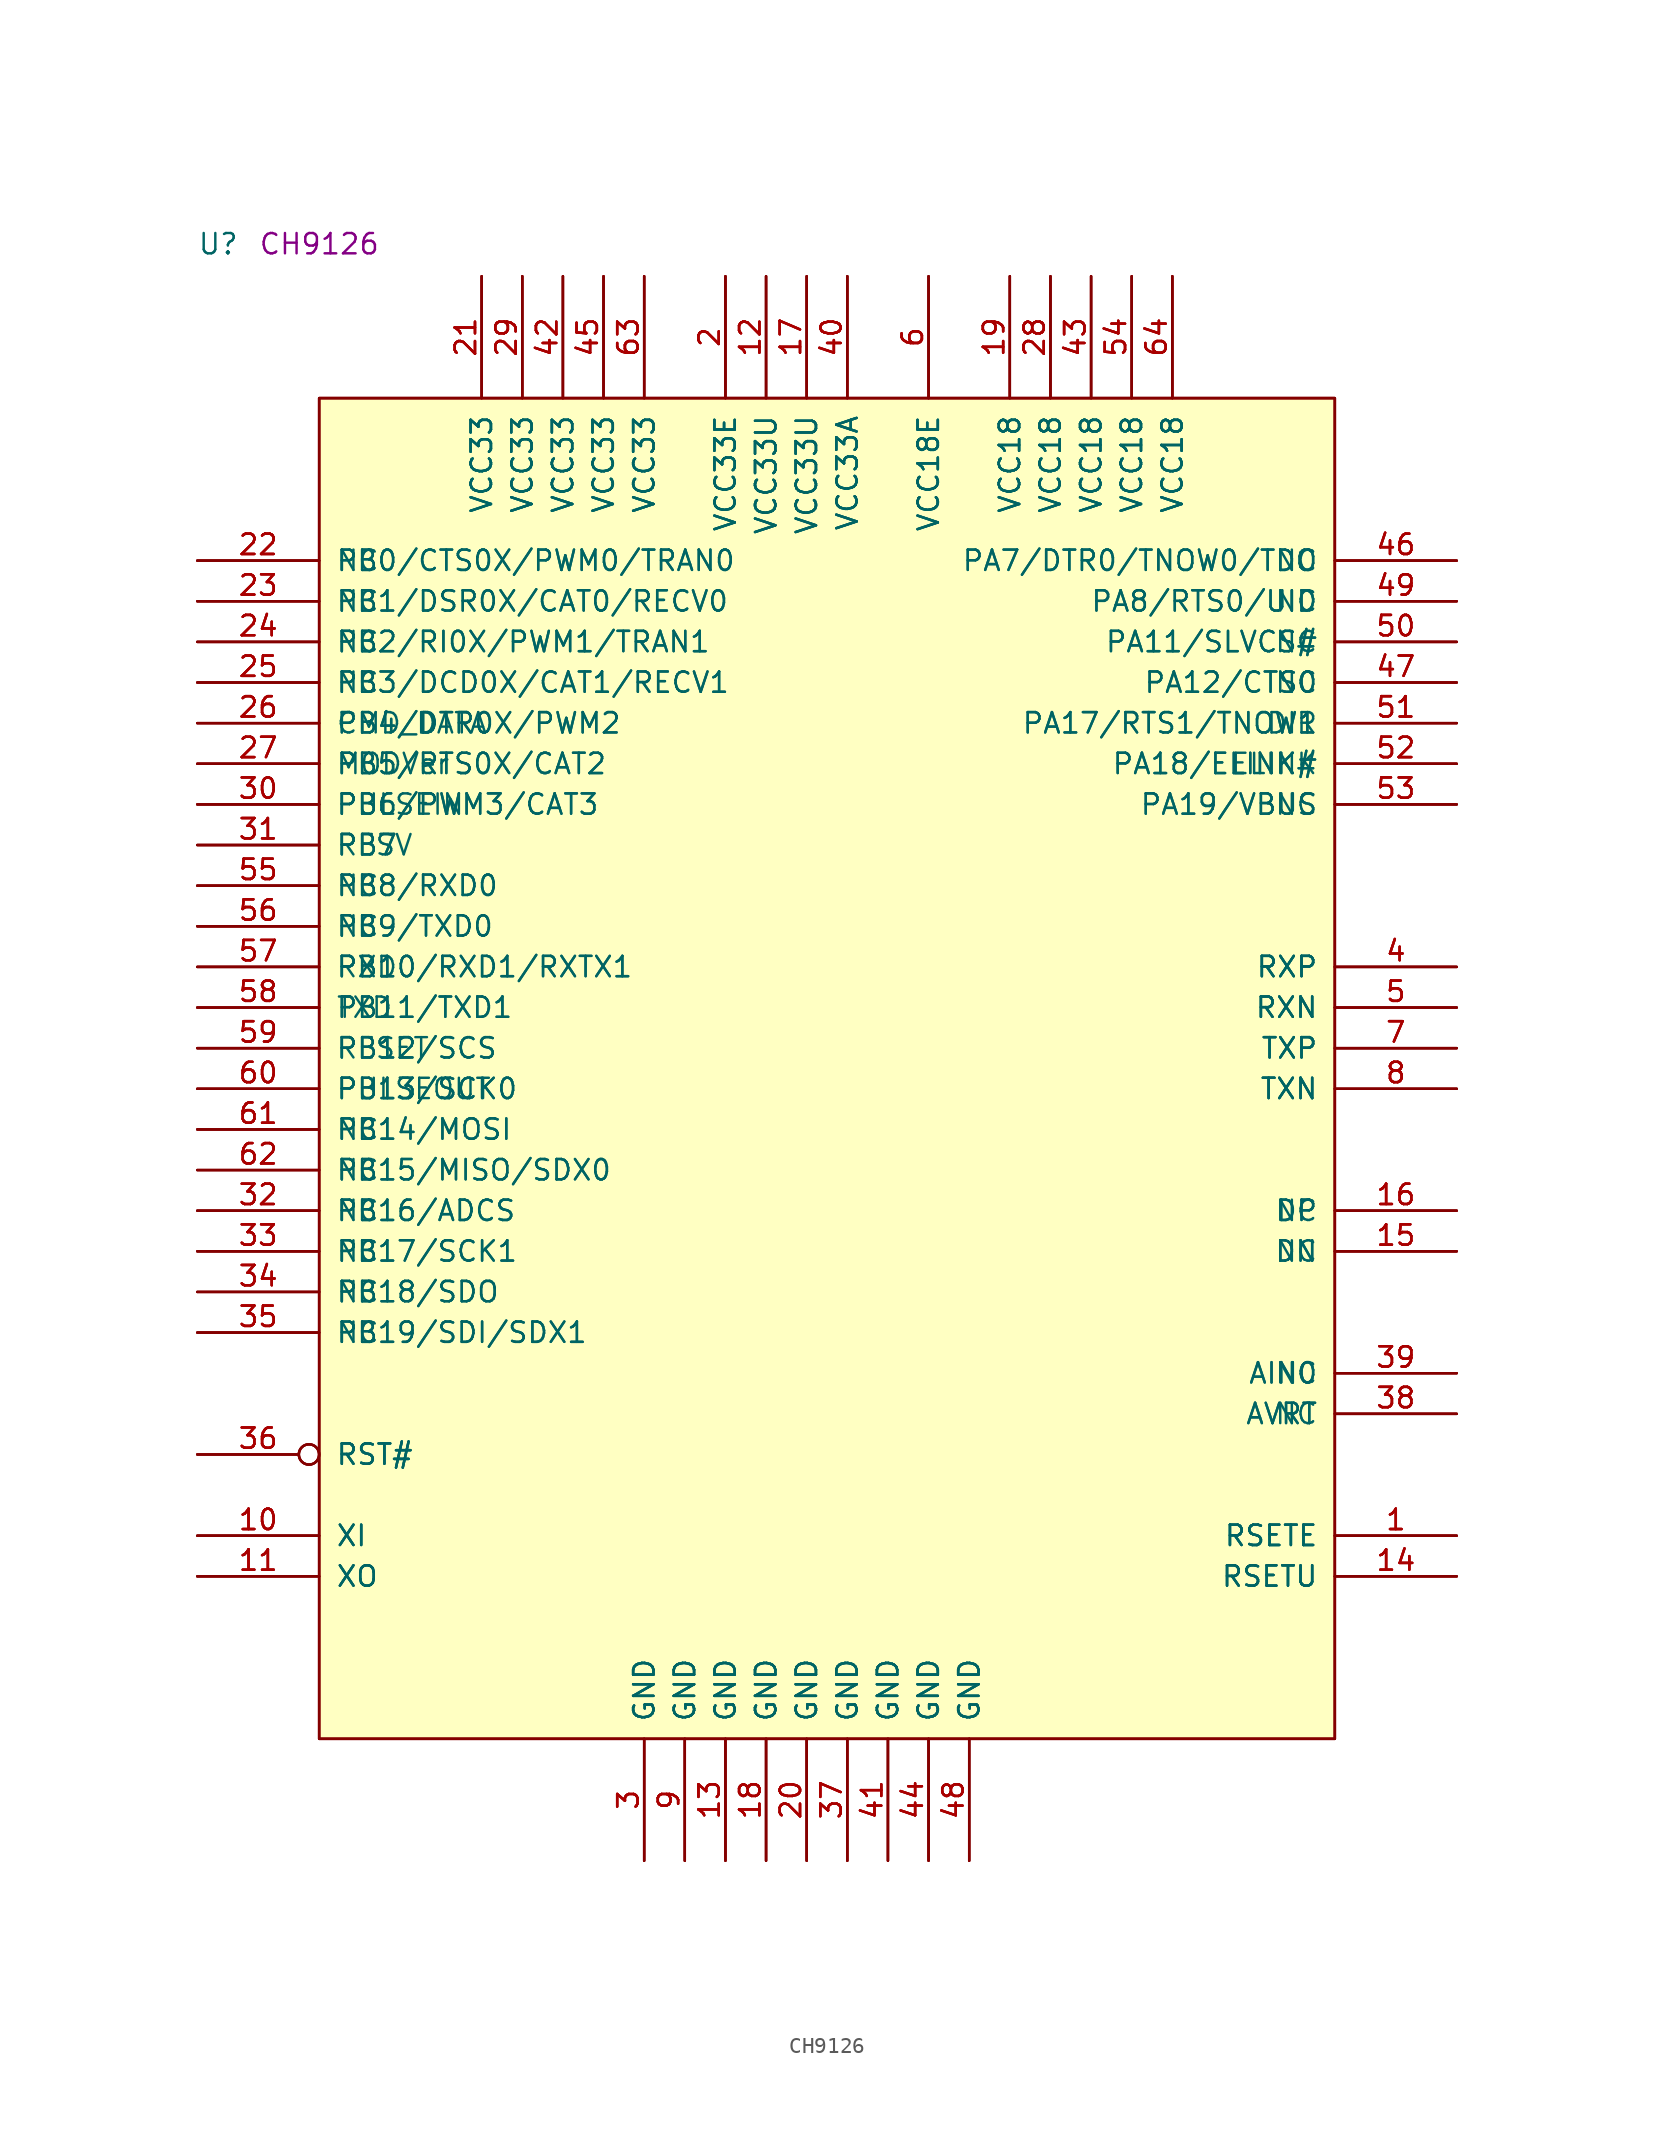
<source format=kicad_sym>
(kicad_symbol_lib
  (version 20211014)
  (generator kicad_symbol_editor)
  (symbol "CH9126"
    (pin_names
      (offset 1.016))
    (property "Reference" "U"
      (at -7.62 8.89 0)
      (effects (font (size 1.27 1.27)) (justify left bottom)))
    (property "Comment" "CH9126"
      (at -3.81 8.89 0)
      (effects (font (size 1.27 1.27)) (justify left bottom)))
    (symbol "CH9126_1_1"
      (rectangle (start 0 -83.82) (end 63.5 0) (stroke (width 0) (type default) (color 0 0 0 0)) (fill (type background)))
      (rectangle (start 0 -83.82) (end 63.5 0) (stroke (width 0) (type default) (color 0 0 0 0)) (fill (type background)))
      (rectangle (start 0 -83.82) (end 63.5 0) (stroke (width 0) (type default) (color 0 0 0 0)) (fill (type background)))
      (pin bidirectional line (at 71.12 -71.12 180) (length 7.62) (name "RSETE" (effects (font (size 1.27 1.27)))) (number "1" (effects (font (size 1.27 1.27)))))
      (pin bidirectional line (at 71.12 -71.12 180) (length 7.62) (name "RSETE" (effects (font (size 1.27 1.27)))) (number "1" (effects (font (size 1.27 1.27)))))
      (pin bidirectional line (at 71.12 -71.12 180) (length 7.62) (name "RSETE" (effects (font (size 1.27 1.27)))) (number "1" (effects (font (size 1.27 1.27)))))
      (pin input line (at -7.62 -71.12 0) (length 7.62) (name "XI" (effects (font (size 1.27 1.27)))) (number "10" (effects (font (size 1.27 1.27)))))
      (pin input line (at -7.62 -71.12 0) (length 7.62) (name "XI" (effects (font (size 1.27 1.27)))) (number "10" (effects (font (size 1.27 1.27)))))
      (pin input line (at -7.62 -71.12 0) (length 7.62) (name "XI" (effects (font (size 1.27 1.27)))) (number "10" (effects (font (size 1.27 1.27)))))
      (pin bidirectional line (at -7.62 -73.66 0) (length 7.62) (name "XO" (effects (font (size 1.27 1.27)))) (number "11" (effects (font (size 1.27 1.27)))))
      (pin bidirectional line (at -7.62 -73.66 0) (length 7.62) (name "XO" (effects (font (size 1.27 1.27)))) (number "11" (effects (font (size 1.27 1.27)))))
      (pin bidirectional line (at -7.62 -73.66 0) (length 7.62) (name "XO" (effects (font (size 1.27 1.27)))) (number "11" (effects (font (size 1.27 1.27)))))
      (pin power_in line (at 27.94 7.62 270) (length 7.62) (name "VCC33U" (effects (font (size 1.27 1.27)))) (number "12" (effects (font (size 1.27 1.27)))))
      (pin power_in line (at 27.94 7.62 270) (length 7.62) (name "VCC33U" (effects (font (size 1.27 1.27)))) (number "12" (effects (font (size 1.27 1.27)))))
      (pin power_in line (at 27.94 7.62 270) (length 7.62) (name "VCC33U" (effects (font (size 1.27 1.27)))) (number "12" (effects (font (size 1.27 1.27)))))
      (pin power_in line (at 25.4 -91.44 90) (length 7.62) (name "GND" (effects (font (size 1.27 1.27)))) (number "13" (effects (font (size 1.27 1.27)))))
      (pin power_in line (at 25.4 -91.44 90) (length 7.62) (name "GND" (effects (font (size 1.27 1.27)))) (number "13" (effects (font (size 1.27 1.27)))))
      (pin power_in line (at 25.4 -91.44 90) (length 7.62) (name "GND" (effects (font (size 1.27 1.27)))) (number "13" (effects (font (size 1.27 1.27)))))
      (pin bidirectional line (at 71.12 -73.66 180) (length 7.62) (name "RSETU" (effects (font (size 1.27 1.27)))) (number "14" (effects (font (size 1.27 1.27)))))
      (pin bidirectional line (at 71.12 -73.66 180) (length 7.62) (name "RSETU" (effects (font (size 1.27 1.27)))) (number "14" (effects (font (size 1.27 1.27)))))
      (pin bidirectional line (at 71.12 -73.66 180) (length 7.62) (name "RSETU" (effects (font (size 1.27 1.27)))) (number "14" (effects (font (size 1.27 1.27)))))
      (pin bidirectional line (at 71.12 -53.34 180) (length 7.62) (name "DN" (effects (font (size 1.27 1.27)))) (number "15" (effects (font (size 1.27 1.27)))))
      (pin bidirectional line (at 71.12 -53.34 180) (length 7.62) (name "DN" (effects (font (size 1.27 1.27)))) (number "15" (effects (font (size 1.27 1.27)))))
      (pin bidirectional line (at 71.12 -53.34 180) (length 7.62) (name "NC" (effects (font (size 1.27 1.27)))) (number "15" (effects (font (size 1.27 1.27)))))
      (pin bidirectional line (at 71.12 -50.8 180) (length 7.62) (name "DP" (effects (font (size 1.27 1.27)))) (number "16" (effects (font (size 1.27 1.27)))))
      (pin bidirectional line (at 71.12 -50.8 180) (length 7.62) (name "DP" (effects (font (size 1.27 1.27)))) (number "16" (effects (font (size 1.27 1.27)))))
      (pin bidirectional line (at 71.12 -50.8 180) (length 7.62) (name "NC" (effects (font (size 1.27 1.27)))) (number "16" (effects (font (size 1.27 1.27)))))
      (pin power_in line (at 30.48 7.62 270) (length 7.62) (name "VCC33U" (effects (font (size 1.27 1.27)))) (number "17" (effects (font (size 1.27 1.27)))))
      (pin power_in line (at 30.48 7.62 270) (length 7.62) (name "VCC33U" (effects (font (size 1.27 1.27)))) (number "17" (effects (font (size 1.27 1.27)))))
      (pin power_in line (at 30.48 7.62 270) (length 7.62) (name "VCC33U" (effects (font (size 1.27 1.27)))) (number "17" (effects (font (size 1.27 1.27)))))
      (pin power_in line (at 27.94 -91.44 90) (length 7.62) (name "GND" (effects (font (size 1.27 1.27)))) (number "18" (effects (font (size 1.27 1.27)))))
      (pin power_in line (at 27.94 -91.44 90) (length 7.62) (name "GND" (effects (font (size 1.27 1.27)))) (number "18" (effects (font (size 1.27 1.27)))))
      (pin power_in line (at 27.94 -91.44 90) (length 7.62) (name "GND" (effects (font (size 1.27 1.27)))) (number "18" (effects (font (size 1.27 1.27)))))
      (pin power_in line (at 43.18 7.62 270) (length 7.62) (name "VCC18" (effects (font (size 1.27 1.27)))) (number "19" (effects (font (size 1.27 1.27)))))
      (pin power_in line (at 43.18 7.62 270) (length 7.62) (name "VCC18" (effects (font (size 1.27 1.27)))) (number "19" (effects (font (size 1.27 1.27)))))
      (pin power_in line (at 43.18 7.62 270) (length 7.62) (name "VCC18" (effects (font (size 1.27 1.27)))) (number "19" (effects (font (size 1.27 1.27)))))
      (pin power_in line (at 25.4 7.62 270) (length 7.62) (name "VCC33E" (effects (font (size 1.27 1.27)))) (number "2" (effects (font (size 1.27 1.27)))))
      (pin power_in line (at 25.4 7.62 270) (length 7.62) (name "VCC33E" (effects (font (size 1.27 1.27)))) (number "2" (effects (font (size 1.27 1.27)))))
      (pin power_in line (at 25.4 7.62 270) (length 7.62) (name "VCC33E" (effects (font (size 1.27 1.27)))) (number "2" (effects (font (size 1.27 1.27)))))
      (pin power_in line (at 30.48 -91.44 90) (length 7.62) (name "GND" (effects (font (size 1.27 1.27)))) (number "20" (effects (font (size 1.27 1.27)))))
      (pin power_in line (at 30.48 -91.44 90) (length 7.62) (name "GND" (effects (font (size 1.27 1.27)))) (number "20" (effects (font (size 1.27 1.27)))))
      (pin power_in line (at 30.48 -91.44 90) (length 7.62) (name "GND" (effects (font (size 1.27 1.27)))) (number "20" (effects (font (size 1.27 1.27)))))
      (pin power_in line (at 10.16 7.62 270) (length 7.62) (name "VCC33" (effects (font (size 1.27 1.27)))) (number "21" (effects (font (size 1.27 1.27)))))
      (pin power_in line (at 10.16 7.62 270) (length 7.62) (name "VCC33" (effects (font (size 1.27 1.27)))) (number "21" (effects (font (size 1.27 1.27)))))
      (pin power_in line (at 10.16 7.62 270) (length 7.62) (name "VCC33" (effects (font (size 1.27 1.27)))) (number "21" (effects (font (size 1.27 1.27)))))
      (pin bidirectional line (at -7.62 -10.16 0) (length 7.62) (name "NC" (effects (font (size 1.27 1.27)))) (number "22" (effects (font (size 1.27 1.27)))))
      (pin bidirectional line (at -7.62 -10.16 0) (length 7.62) (name "PB0/CTS0X/PWM0/TRAN0" (effects (font (size 1.27 1.27)))) (number "22" (effects (font (size 1.27 1.27)))))
      (pin bidirectional line (at -7.62 -10.16 0) (length 7.62) (name "PB0/CTS0X/PWM0/TRAN0" (effects (font (size 1.27 1.27)))) (number "22" (effects (font (size 1.27 1.27)))))
      (pin bidirectional line (at -7.62 -12.7 0) (length 7.62) (name "NC" (effects (font (size 1.27 1.27)))) (number "23" (effects (font (size 1.27 1.27)))))
      (pin bidirectional line (at -7.62 -12.7 0) (length 7.62) (name "PB1/DSR0X/CAT0/RECV0" (effects (font (size 1.27 1.27)))) (number "23" (effects (font (size 1.27 1.27)))))
      (pin bidirectional line (at -7.62 -12.7 0) (length 7.62) (name "PB1/DSR0X/CAT0/RECV0" (effects (font (size 1.27 1.27)))) (number "23" (effects (font (size 1.27 1.27)))))
      (pin bidirectional line (at -7.62 -15.24 0) (length 7.62) (name "NC" (effects (font (size 1.27 1.27)))) (number "24" (effects (font (size 1.27 1.27)))))
      (pin bidirectional line (at -7.62 -15.24 0) (length 7.62) (name "PB2/RI0X/PWM1/TRAN1" (effects (font (size 1.27 1.27)))) (number "24" (effects (font (size 1.27 1.27)))))
      (pin bidirectional line (at -7.62 -15.24 0) (length 7.62) (name "PB2/RI0X/PWM1/TRAN1" (effects (font (size 1.27 1.27)))) (number "24" (effects (font (size 1.27 1.27)))))
      (pin bidirectional line (at -7.62 -17.78 0) (length 7.62) (name "NC" (effects (font (size 1.27 1.27)))) (number "25" (effects (font (size 1.27 1.27)))))
      (pin bidirectional line (at -7.62 -17.78 0) (length 7.62) (name "PB3/DCD0X/CAT1/RECV1" (effects (font (size 1.27 1.27)))) (number "25" (effects (font (size 1.27 1.27)))))
      (pin bidirectional line (at -7.62 -17.78 0) (length 7.62) (name "PB3/DCD0X/CAT1/RECV1" (effects (font (size 1.27 1.27)))) (number "25" (effects (font (size 1.27 1.27)))))
      (pin bidirectional line (at -7.62 -20.32 0) (length 7.62) (name "CMD_DATA" (effects (font (size 1.27 1.27)))) (number "26" (effects (font (size 1.27 1.27)))))
      (pin bidirectional line (at -7.62 -20.32 0) (length 7.62) (name "PB4/DTR0X/PWM2" (effects (font (size 1.27 1.27)))) (number "26" (effects (font (size 1.27 1.27)))))
      (pin bidirectional line (at -7.62 -20.32 0) (length 7.62) (name "PB4/DTR0X/PWM2" (effects (font (size 1.27 1.27)))) (number "26" (effects (font (size 1.27 1.27)))))
      (pin bidirectional line (at -7.62 -22.86 0) (length 7.62) (name "MODVer" (effects (font (size 1.27 1.27)))) (number "27" (effects (font (size 1.27 1.27)))))
      (pin bidirectional line (at -7.62 -22.86 0) (length 7.62) (name "PB5/RTS0X/CAT2" (effects (font (size 1.27 1.27)))) (number "27" (effects (font (size 1.27 1.27)))))
      (pin bidirectional line (at -7.62 -22.86 0) (length 7.62) (name "PB5/RTS0X/CAT2" (effects (font (size 1.27 1.27)))) (number "27" (effects (font (size 1.27 1.27)))))
      (pin power_in line (at 45.72 7.62 270) (length 7.62) (name "VCC18" (effects (font (size 1.27 1.27)))) (number "28" (effects (font (size 1.27 1.27)))))
      (pin power_in line (at 45.72 7.62 270) (length 7.62) (name "VCC18" (effects (font (size 1.27 1.27)))) (number "28" (effects (font (size 1.27 1.27)))))
      (pin power_in line (at 45.72 7.62 270) (length 7.62) (name "VCC18" (effects (font (size 1.27 1.27)))) (number "28" (effects (font (size 1.27 1.27)))))
      (pin power_in line (at 12.7 7.62 270) (length 7.62) (name "VCC33" (effects (font (size 1.27 1.27)))) (number "29" (effects (font (size 1.27 1.27)))))
      (pin power_in line (at 12.7 7.62 270) (length 7.62) (name "VCC33" (effects (font (size 1.27 1.27)))) (number "29" (effects (font (size 1.27 1.27)))))
      (pin power_in line (at 12.7 7.62 270) (length 7.62) (name "VCC33" (effects (font (size 1.27 1.27)))) (number "29" (effects (font (size 1.27 1.27)))))
      (pin power_in line (at 20.32 -91.44 90) (length 7.62) (name "GND" (effects (font (size 1.27 1.27)))) (number "3" (effects (font (size 1.27 1.27)))))
      (pin power_in line (at 20.32 -91.44 90) (length 7.62) (name "GND" (effects (font (size 1.27 1.27)))) (number "3" (effects (font (size 1.27 1.27)))))
      (pin power_in line (at 20.32 -91.44 90) (length 7.62) (name "GND" (effects (font (size 1.27 1.27)))) (number "3" (effects (font (size 1.27 1.27)))))
      (pin bidirectional line (at -7.62 -25.4 0) (length 7.62) (name "PB6/PWM3/CAT3" (effects (font (size 1.27 1.27)))) (number "30" (effects (font (size 1.27 1.27)))))
      (pin bidirectional line (at -7.62 -25.4 0) (length 7.62) (name "PB6/PWM3/CAT3" (effects (font (size 1.27 1.27)))) (number "30" (effects (font (size 1.27 1.27)))))
      (pin bidirectional line (at -7.62 -25.4 0) (length 7.62) (name "PULSEIN" (effects (font (size 1.27 1.27)))) (number "30" (effects (font (size 1.27 1.27)))))
      (pin bidirectional line (at -7.62 -27.94 0) (length 7.62) (name "PB7" (effects (font (size 1.27 1.27)))) (number "31" (effects (font (size 1.27 1.27)))))
      (pin bidirectional line (at -7.62 -27.94 0) (length 7.62) (name "PB7" (effects (font (size 1.27 1.27)))) (number "31" (effects (font (size 1.27 1.27)))))
      (pin bidirectional line (at -7.62 -27.94 0) (length 7.62) (name "RESV" (effects (font (size 1.27 1.27)))) (number "31" (effects (font (size 1.27 1.27)))))
      (pin bidirectional line (at -7.62 -50.8 0) (length 7.62) (name "NC" (effects (font (size 1.27 1.27)))) (number "32" (effects (font (size 1.27 1.27)))))
      (pin bidirectional line (at -7.62 -50.8 0) (length 7.62) (name "PB16/ADCS" (effects (font (size 1.27 1.27)))) (number "32" (effects (font (size 1.27 1.27)))))
      (pin bidirectional line (at -7.62 -50.8 0) (length 7.62) (name "PB16/ADCS" (effects (font (size 1.27 1.27)))) (number "32" (effects (font (size 1.27 1.27)))))
      (pin bidirectional line (at -7.62 -53.34 0) (length 7.62) (name "NC" (effects (font (size 1.27 1.27)))) (number "33" (effects (font (size 1.27 1.27)))))
      (pin bidirectional line (at -7.62 -53.34 0) (length 7.62) (name "PB17/SCK1" (effects (font (size 1.27 1.27)))) (number "33" (effects (font (size 1.27 1.27)))))
      (pin bidirectional line (at -7.62 -53.34 0) (length 7.62) (name "PB17/SCK1" (effects (font (size 1.27 1.27)))) (number "33" (effects (font (size 1.27 1.27)))))
      (pin bidirectional line (at -7.62 -55.88 0) (length 7.62) (name "NC" (effects (font (size 1.27 1.27)))) (number "34" (effects (font (size 1.27 1.27)))))
      (pin bidirectional line (at -7.62 -55.88 0) (length 7.62) (name "PB18/SDO" (effects (font (size 1.27 1.27)))) (number "34" (effects (font (size 1.27 1.27)))))
      (pin bidirectional line (at -7.62 -55.88 0) (length 7.62) (name "PB18/SDO" (effects (font (size 1.27 1.27)))) (number "34" (effects (font (size 1.27 1.27)))))
      (pin bidirectional line (at -7.62 -58.42 0) (length 7.62) (name "NC" (effects (font (size 1.27 1.27)))) (number "35" (effects (font (size 1.27 1.27)))))
      (pin bidirectional line (at -7.62 -58.42 0) (length 7.62) (name "PB19/SDI/SDX1" (effects (font (size 1.27 1.27)))) (number "35" (effects (font (size 1.27 1.27)))))
      (pin bidirectional line (at -7.62 -58.42 0) (length 7.62) (name "PB19/SDI/SDX1" (effects (font (size 1.27 1.27)))) (number "35" (effects (font (size 1.27 1.27)))))
      (pin input inverted (at -7.62 -66.04 0) (length 7.62) (name "RST#" (effects (font (size 1.27 1.27)))) (number "36" (effects (font (size 1.27 1.27)))))
      (pin input inverted (at -7.62 -66.04 0) (length 7.62) (name "RST#" (effects (font (size 1.27 1.27)))) (number "36" (effects (font (size 1.27 1.27)))))
      (pin input inverted (at -7.62 -66.04 0) (length 7.62) (name "RST#" (effects (font (size 1.27 1.27)))) (number "36" (effects (font (size 1.27 1.27)))))
      (pin power_in line (at 33.02 -91.44 90) (length 7.62) (name "GND" (effects (font (size 1.27 1.27)))) (number "37" (effects (font (size 1.27 1.27)))))
      (pin power_in line (at 33.02 -91.44 90) (length 7.62) (name "GND" (effects (font (size 1.27 1.27)))) (number "37" (effects (font (size 1.27 1.27)))))
      (pin power_in line (at 33.02 -91.44 90) (length 7.62) (name "GND" (effects (font (size 1.27 1.27)))) (number "37" (effects (font (size 1.27 1.27)))))
      (pin power_in line (at 71.12 -63.5 180) (length 7.62) (name "AVRT" (effects (font (size 1.27 1.27)))) (number "38" (effects (font (size 1.27 1.27)))))
      (pin power_in line (at 71.12 -63.5 180) (length 7.62) (name "AVRT" (effects (font (size 1.27 1.27)))) (number "38" (effects (font (size 1.27 1.27)))))
      (pin power_in line (at 71.12 -63.5 180) (length 7.62) (name "NC" (effects (font (size 1.27 1.27)))) (number "38" (effects (font (size 1.27 1.27)))))
      (pin input line (at 71.12 -60.96 180) (length 7.62) (name "AIN0" (effects (font (size 1.27 1.27)))) (number "39" (effects (font (size 1.27 1.27)))))
      (pin input line (at 71.12 -60.96 180) (length 7.62) (name "AIN0" (effects (font (size 1.27 1.27)))) (number "39" (effects (font (size 1.27 1.27)))))
      (pin input line (at 71.12 -60.96 180) (length 7.62) (name "NC" (effects (font (size 1.27 1.27)))) (number "39" (effects (font (size 1.27 1.27)))))
      (pin input line (at 71.12 -35.56 180) (length 7.62) (name "RXP" (effects (font (size 1.27 1.27)))) (number "4" (effects (font (size 1.27 1.27)))))
      (pin input line (at 71.12 -35.56 180) (length 7.62) (name "RXP" (effects (font (size 1.27 1.27)))) (number "4" (effects (font (size 1.27 1.27)))))
      (pin input line (at 71.12 -35.56 180) (length 7.62) (name "RXP" (effects (font (size 1.27 1.27)))) (number "4" (effects (font (size 1.27 1.27)))))
      (pin power_in line (at 33.02 7.62 270) (length 7.62) (name "VCC33A" (effects (font (size 1.27 1.27)))) (number "40" (effects (font (size 1.27 1.27)))))
      (pin power_in line (at 33.02 7.62 270) (length 7.62) (name "VCC33A" (effects (font (size 1.27 1.27)))) (number "40" (effects (font (size 1.27 1.27)))))
      (pin power_in line (at 33.02 7.62 270) (length 7.62) (name "VCC33A" (effects (font (size 1.27 1.27)))) (number "40" (effects (font (size 1.27 1.27)))))
      (pin power_in line (at 35.56 -91.44 90) (length 7.62) (name "GND" (effects (font (size 1.27 1.27)))) (number "41" (effects (font (size 1.27 1.27)))))
      (pin power_in line (at 35.56 -91.44 90) (length 7.62) (name "GND" (effects (font (size 1.27 1.27)))) (number "41" (effects (font (size 1.27 1.27)))))
      (pin power_in line (at 35.56 -91.44 90) (length 7.62) (name "GND" (effects (font (size 1.27 1.27)))) (number "41" (effects (font (size 1.27 1.27)))))
      (pin power_in line (at 15.24 7.62 270) (length 7.62) (name "VCC33" (effects (font (size 1.27 1.27)))) (number "42" (effects (font (size 1.27 1.27)))))
      (pin power_in line (at 15.24 7.62 270) (length 7.62) (name "VCC33" (effects (font (size 1.27 1.27)))) (number "42" (effects (font (size 1.27 1.27)))))
      (pin power_in line (at 15.24 7.62 270) (length 7.62) (name "VCC33" (effects (font (size 1.27 1.27)))) (number "42" (effects (font (size 1.27 1.27)))))
      (pin power_in line (at 48.26 7.62 270) (length 7.62) (name "VCC18" (effects (font (size 1.27 1.27)))) (number "43" (effects (font (size 1.27 1.27)))))
      (pin power_in line (at 48.26 7.62 270) (length 7.62) (name "VCC18" (effects (font (size 1.27 1.27)))) (number "43" (effects (font (size 1.27 1.27)))))
      (pin power_in line (at 48.26 7.62 270) (length 7.62) (name "VCC18" (effects (font (size 1.27 1.27)))) (number "43" (effects (font (size 1.27 1.27)))))
      (pin power_in line (at 38.1 -91.44 90) (length 7.62) (name "GND" (effects (font (size 1.27 1.27)))) (number "44" (effects (font (size 1.27 1.27)))))
      (pin power_in line (at 38.1 -91.44 90) (length 7.62) (name "GND" (effects (font (size 1.27 1.27)))) (number "44" (effects (font (size 1.27 1.27)))))
      (pin power_in line (at 38.1 -91.44 90) (length 7.62) (name "GND" (effects (font (size 1.27 1.27)))) (number "44" (effects (font (size 1.27 1.27)))))
      (pin power_in line (at 17.78 7.62 270) (length 7.62) (name "VCC33" (effects (font (size 1.27 1.27)))) (number "45" (effects (font (size 1.27 1.27)))))
      (pin power_in line (at 17.78 7.62 270) (length 7.62) (name "VCC33" (effects (font (size 1.27 1.27)))) (number "45" (effects (font (size 1.27 1.27)))))
      (pin power_in line (at 17.78 7.62 270) (length 7.62) (name "VCC33" (effects (font (size 1.27 1.27)))) (number "45" (effects (font (size 1.27 1.27)))))
      (pin bidirectional line (at 71.12 -10.16 180) (length 7.62) (name "NC" (effects (font (size 1.27 1.27)))) (number "46" (effects (font (size 1.27 1.27)))))
      (pin bidirectional line (at 71.12 -10.16 180) (length 7.62) (name "PA7/DTR0/TNOW0/TDO" (effects (font (size 1.27 1.27)))) (number "46" (effects (font (size 1.27 1.27)))))
      (pin bidirectional line (at 71.12 -10.16 180) (length 7.62) (name "PA7/DTR0/TNOW0/TDO" (effects (font (size 1.27 1.27)))) (number "46" (effects (font (size 1.27 1.27)))))
      (pin bidirectional line (at 71.12 -17.78 180) (length 7.62) (name "NC" (effects (font (size 1.27 1.27)))) (number "47" (effects (font (size 1.27 1.27)))))
      (pin bidirectional line (at 71.12 -17.78 180) (length 7.62) (name "PA12/CTS0" (effects (font (size 1.27 1.27)))) (number "47" (effects (font (size 1.27 1.27)))))
      (pin bidirectional line (at 71.12 -17.78 180) (length 7.62) (name "PA12/CTS0" (effects (font (size 1.27 1.27)))) (number "47" (effects (font (size 1.27 1.27)))))
      (pin power_in line (at 40.64 -91.44 90) (length 7.62) (name "GND" (effects (font (size 1.27 1.27)))) (number "48" (effects (font (size 1.27 1.27)))))
      (pin power_in line (at 40.64 -91.44 90) (length 7.62) (name "GND" (effects (font (size 1.27 1.27)))) (number "48" (effects (font (size 1.27 1.27)))))
      (pin power_in line (at 40.64 -91.44 90) (length 7.62) (name "GND" (effects (font (size 1.27 1.27)))) (number "48" (effects (font (size 1.27 1.27)))))
      (pin bidirectional line (at 71.12 -12.7 180) (length 7.62) (name "NC" (effects (font (size 1.27 1.27)))) (number "49" (effects (font (size 1.27 1.27)))))
      (pin bidirectional line (at 71.12 -12.7 180) (length 7.62) (name "PA8/RTS0/UID" (effects (font (size 1.27 1.27)))) (number "49" (effects (font (size 1.27 1.27)))))
      (pin bidirectional line (at 71.12 -12.7 180) (length 7.62) (name "PA8/RTS0/UID" (effects (font (size 1.27 1.27)))) (number "49" (effects (font (size 1.27 1.27)))))
      (pin input line (at 71.12 -38.1 180) (length 7.62) (name "RXN" (effects (font (size 1.27 1.27)))) (number "5" (effects (font (size 1.27 1.27)))))
      (pin input line (at 71.12 -38.1 180) (length 7.62) (name "RXN" (effects (font (size 1.27 1.27)))) (number "5" (effects (font (size 1.27 1.27)))))
      (pin input line (at 71.12 -38.1 180) (length 7.62) (name "RXN" (effects (font (size 1.27 1.27)))) (number "5" (effects (font (size 1.27 1.27)))))
      (pin bidirectional line (at 71.12 -15.24 180) (length 7.62) (name "NC" (effects (font (size 1.27 1.27)))) (number "50" (effects (font (size 1.27 1.27)))))
      (pin bidirectional line (at 71.12 -15.24 180) (length 7.62) (name "PA11/SLVCS#" (effects (font (size 1.27 1.27)))) (number "50" (effects (font (size 1.27 1.27)))))
      (pin bidirectional line (at 71.12 -15.24 180) (length 7.62) (name "PA11/SLVCS#" (effects (font (size 1.27 1.27)))) (number "50" (effects (font (size 1.27 1.27)))))
      (pin bidirectional line (at 71.12 -20.32 180) (length 7.62) (name "DIR" (effects (font (size 1.27 1.27)))) (number "51" (effects (font (size 1.27 1.27)))))
      (pin bidirectional line (at 71.12 -20.32 180) (length 7.62) (name "PA17/RTS1/TNOW1" (effects (font (size 1.27 1.27)))) (number "51" (effects (font (size 1.27 1.27)))))
      (pin bidirectional line (at 71.12 -20.32 180) (length 7.62) (name "PA17/RTS1/TNOW1" (effects (font (size 1.27 1.27)))) (number "51" (effects (font (size 1.27 1.27)))))
      (pin bidirectional line (at 71.12 -22.86 180) (length 7.62) (name "ELINK" (effects (font (size 1.27 1.27)))) (number "52" (effects (font (size 1.27 1.27)))))
      (pin bidirectional line (at 71.12 -22.86 180) (length 7.62) (name "PA18/ELINK#" (effects (font (size 1.27 1.27)))) (number "52" (effects (font (size 1.27 1.27)))))
      (pin bidirectional line (at 71.12 -22.86 180) (length 7.62) (name "PA18/ELINK#" (effects (font (size 1.27 1.27)))) (number "52" (effects (font (size 1.27 1.27)))))
      (pin bidirectional line (at 71.12 -25.4 180) (length 7.62) (name "NC" (effects (font (size 1.27 1.27)))) (number "53" (effects (font (size 1.27 1.27)))))
      (pin bidirectional line (at 71.12 -25.4 180) (length 7.62) (name "PA19/VBUS" (effects (font (size 1.27 1.27)))) (number "53" (effects (font (size 1.27 1.27)))))
      (pin bidirectional line (at 71.12 -25.4 180) (length 7.62) (name "PA19/VBUS" (effects (font (size 1.27 1.27)))) (number "53" (effects (font (size 1.27 1.27)))))
      (pin power_in line (at 50.8 7.62 270) (length 7.62) (name "VCC18" (effects (font (size 1.27 1.27)))) (number "54" (effects (font (size 1.27 1.27)))))
      (pin power_in line (at 50.8 7.62 270) (length 7.62) (name "VCC18" (effects (font (size 1.27 1.27)))) (number "54" (effects (font (size 1.27 1.27)))))
      (pin power_in line (at 50.8 7.62 270) (length 7.62) (name "VCC18" (effects (font (size 1.27 1.27)))) (number "54" (effects (font (size 1.27 1.27)))))
      (pin bidirectional line (at -7.62 -30.48 0) (length 7.62) (name "NC" (effects (font (size 1.27 1.27)))) (number "55" (effects (font (size 1.27 1.27)))))
      (pin bidirectional line (at -7.62 -30.48 0) (length 7.62) (name "PB8/RXD0" (effects (font (size 1.27 1.27)))) (number "55" (effects (font (size 1.27 1.27)))))
      (pin bidirectional line (at -7.62 -30.48 0) (length 7.62) (name "PB8/RXD0" (effects (font (size 1.27 1.27)))) (number "55" (effects (font (size 1.27 1.27)))))
      (pin bidirectional line (at -7.62 -33.02 0) (length 7.62) (name "NC" (effects (font (size 1.27 1.27)))) (number "56" (effects (font (size 1.27 1.27)))))
      (pin bidirectional line (at -7.62 -33.02 0) (length 7.62) (name "PB9/TXD0" (effects (font (size 1.27 1.27)))) (number "56" (effects (font (size 1.27 1.27)))))
      (pin bidirectional line (at -7.62 -33.02 0) (length 7.62) (name "PB9/TXD0" (effects (font (size 1.27 1.27)))) (number "56" (effects (font (size 1.27 1.27)))))
      (pin bidirectional line (at -7.62 -35.56 0) (length 7.62) (name "PB10/RXD1/RXTX1" (effects (font (size 1.27 1.27)))) (number "57" (effects (font (size 1.27 1.27)))))
      (pin bidirectional line (at -7.62 -35.56 0) (length 7.62) (name "PB10/RXD1/RXTX1" (effects (font (size 1.27 1.27)))) (number "57" (effects (font (size 1.27 1.27)))))
      (pin bidirectional line (at -7.62 -35.56 0) (length 7.62) (name "RXD" (effects (font (size 1.27 1.27)))) (number "57" (effects (font (size 1.27 1.27)))))
      (pin bidirectional line (at -7.62 -38.1 0) (length 7.62) (name "PB11/TXD1" (effects (font (size 1.27 1.27)))) (number "58" (effects (font (size 1.27 1.27)))))
      (pin bidirectional line (at -7.62 -38.1 0) (length 7.62) (name "PB11/TXD1" (effects (font (size 1.27 1.27)))) (number "58" (effects (font (size 1.27 1.27)))))
      (pin bidirectional line (at -7.62 -38.1 0) (length 7.62) (name "TXD" (effects (font (size 1.27 1.27)))) (number "58" (effects (font (size 1.27 1.27)))))
      (pin bidirectional line (at -7.62 -40.64 0) (length 7.62) (name "PB12/SCS" (effects (font (size 1.27 1.27)))) (number "59" (effects (font (size 1.27 1.27)))))
      (pin bidirectional line (at -7.62 -40.64 0) (length 7.62) (name "PB12/SCS" (effects (font (size 1.27 1.27)))) (number "59" (effects (font (size 1.27 1.27)))))
      (pin bidirectional line (at -7.62 -40.64 0) (length 7.62) (name "RESET" (effects (font (size 1.27 1.27)))) (number "59" (effects (font (size 1.27 1.27)))))
      (pin power_in line (at 38.1 7.62 270) (length 7.62) (name "VCC18E" (effects (font (size 1.27 1.27)))) (number "6" (effects (font (size 1.27 1.27)))))
      (pin power_in line (at 38.1 7.62 270) (length 7.62) (name "VCC18E" (effects (font (size 1.27 1.27)))) (number "6" (effects (font (size 1.27 1.27)))))
      (pin power_in line (at 38.1 7.62 270) (length 7.62) (name "VCC18E" (effects (font (size 1.27 1.27)))) (number "6" (effects (font (size 1.27 1.27)))))
      (pin bidirectional line (at -7.62 -43.18 0) (length 7.62) (name "PB13/SCK0" (effects (font (size 1.27 1.27)))) (number "60" (effects (font (size 1.27 1.27)))))
      (pin bidirectional line (at -7.62 -43.18 0) (length 7.62) (name "PB13/SCK0" (effects (font (size 1.27 1.27)))) (number "60" (effects (font (size 1.27 1.27)))))
      (pin bidirectional line (at -7.62 -43.18 0) (length 7.62) (name "PULSEOUT" (effects (font (size 1.27 1.27)))) (number "60" (effects (font (size 1.27 1.27)))))
      (pin bidirectional line (at -7.62 -45.72 0) (length 7.62) (name "NC" (effects (font (size 1.27 1.27)))) (number "61" (effects (font (size 1.27 1.27)))))
      (pin bidirectional line (at -7.62 -45.72 0) (length 7.62) (name "PB14/MOSI" (effects (font (size 1.27 1.27)))) (number "61" (effects (font (size 1.27 1.27)))))
      (pin bidirectional line (at -7.62 -45.72 0) (length 7.62) (name "PB14/MOSI" (effects (font (size 1.27 1.27)))) (number "61" (effects (font (size 1.27 1.27)))))
      (pin bidirectional line (at -7.62 -48.26 0) (length 7.62) (name "NC" (effects (font (size 1.27 1.27)))) (number "62" (effects (font (size 1.27 1.27)))))
      (pin bidirectional line (at -7.62 -48.26 0) (length 7.62) (name "PB15/MISO/SDX0" (effects (font (size 1.27 1.27)))) (number "62" (effects (font (size 1.27 1.27)))))
      (pin bidirectional line (at -7.62 -48.26 0) (length 7.62) (name "PB15/MISO/SDX0" (effects (font (size 1.27 1.27)))) (number "62" (effects (font (size 1.27 1.27)))))
      (pin power_in line (at 20.32 7.62 270) (length 7.62) (name "VCC33" (effects (font (size 1.27 1.27)))) (number "63" (effects (font (size 1.27 1.27)))))
      (pin power_in line (at 20.32 7.62 270) (length 7.62) (name "VCC33" (effects (font (size 1.27 1.27)))) (number "63" (effects (font (size 1.27 1.27)))))
      (pin power_in line (at 20.32 7.62 270) (length 7.62) (name "VCC33" (effects (font (size 1.27 1.27)))) (number "63" (effects (font (size 1.27 1.27)))))
      (pin power_in line (at 53.34 7.62 270) (length 7.62) (name "VCC18" (effects (font (size 1.27 1.27)))) (number "64" (effects (font (size 1.27 1.27)))))
      (pin power_in line (at 53.34 7.62 270) (length 7.62) (name "VCC18" (effects (font (size 1.27 1.27)))) (number "64" (effects (font (size 1.27 1.27)))))
      (pin power_in line (at 53.34 7.62 270) (length 7.62) (name "VCC18" (effects (font (size 1.27 1.27)))) (number "64" (effects (font (size 1.27 1.27)))))
      (pin output line (at 71.12 -40.64 180) (length 7.62) (name "TXP" (effects (font (size 1.27 1.27)))) (number "7" (effects (font (size 1.27 1.27)))))
      (pin output line (at 71.12 -40.64 180) (length 7.62) (name "TXP" (effects (font (size 1.27 1.27)))) (number "7" (effects (font (size 1.27 1.27)))))
      (pin output line (at 71.12 -40.64 180) (length 7.62) (name "TXP" (effects (font (size 1.27 1.27)))) (number "7" (effects (font (size 1.27 1.27)))))
      (pin output line (at 71.12 -43.18 180) (length 7.62) (name "TXN" (effects (font (size 1.27 1.27)))) (number "8" (effects (font (size 1.27 1.27)))))
      (pin output line (at 71.12 -43.18 180) (length 7.62) (name "TXN" (effects (font (size 1.27 1.27)))) (number "8" (effects (font (size 1.27 1.27)))))
      (pin output line (at 71.12 -43.18 180) (length 7.62) (name "TXN" (effects (font (size 1.27 1.27)))) (number "8" (effects (font (size 1.27 1.27)))))
      (pin power_in line (at 22.86 -91.44 90) (length 7.62) (name "GND" (effects (font (size 1.27 1.27)))) (number "9" (effects (font (size 1.27 1.27)))))
      (pin power_in line (at 22.86 -91.44 90) (length 7.62) (name "GND" (effects (font (size 1.27 1.27)))) (number "9" (effects (font (size 1.27 1.27)))))
      (pin power_in line (at 22.86 -91.44 90) (length 7.62) (name "GND" (effects (font (size 1.27 1.27)))) (number "9" (effects (font (size 1.27 1.27))))))))
</source>
